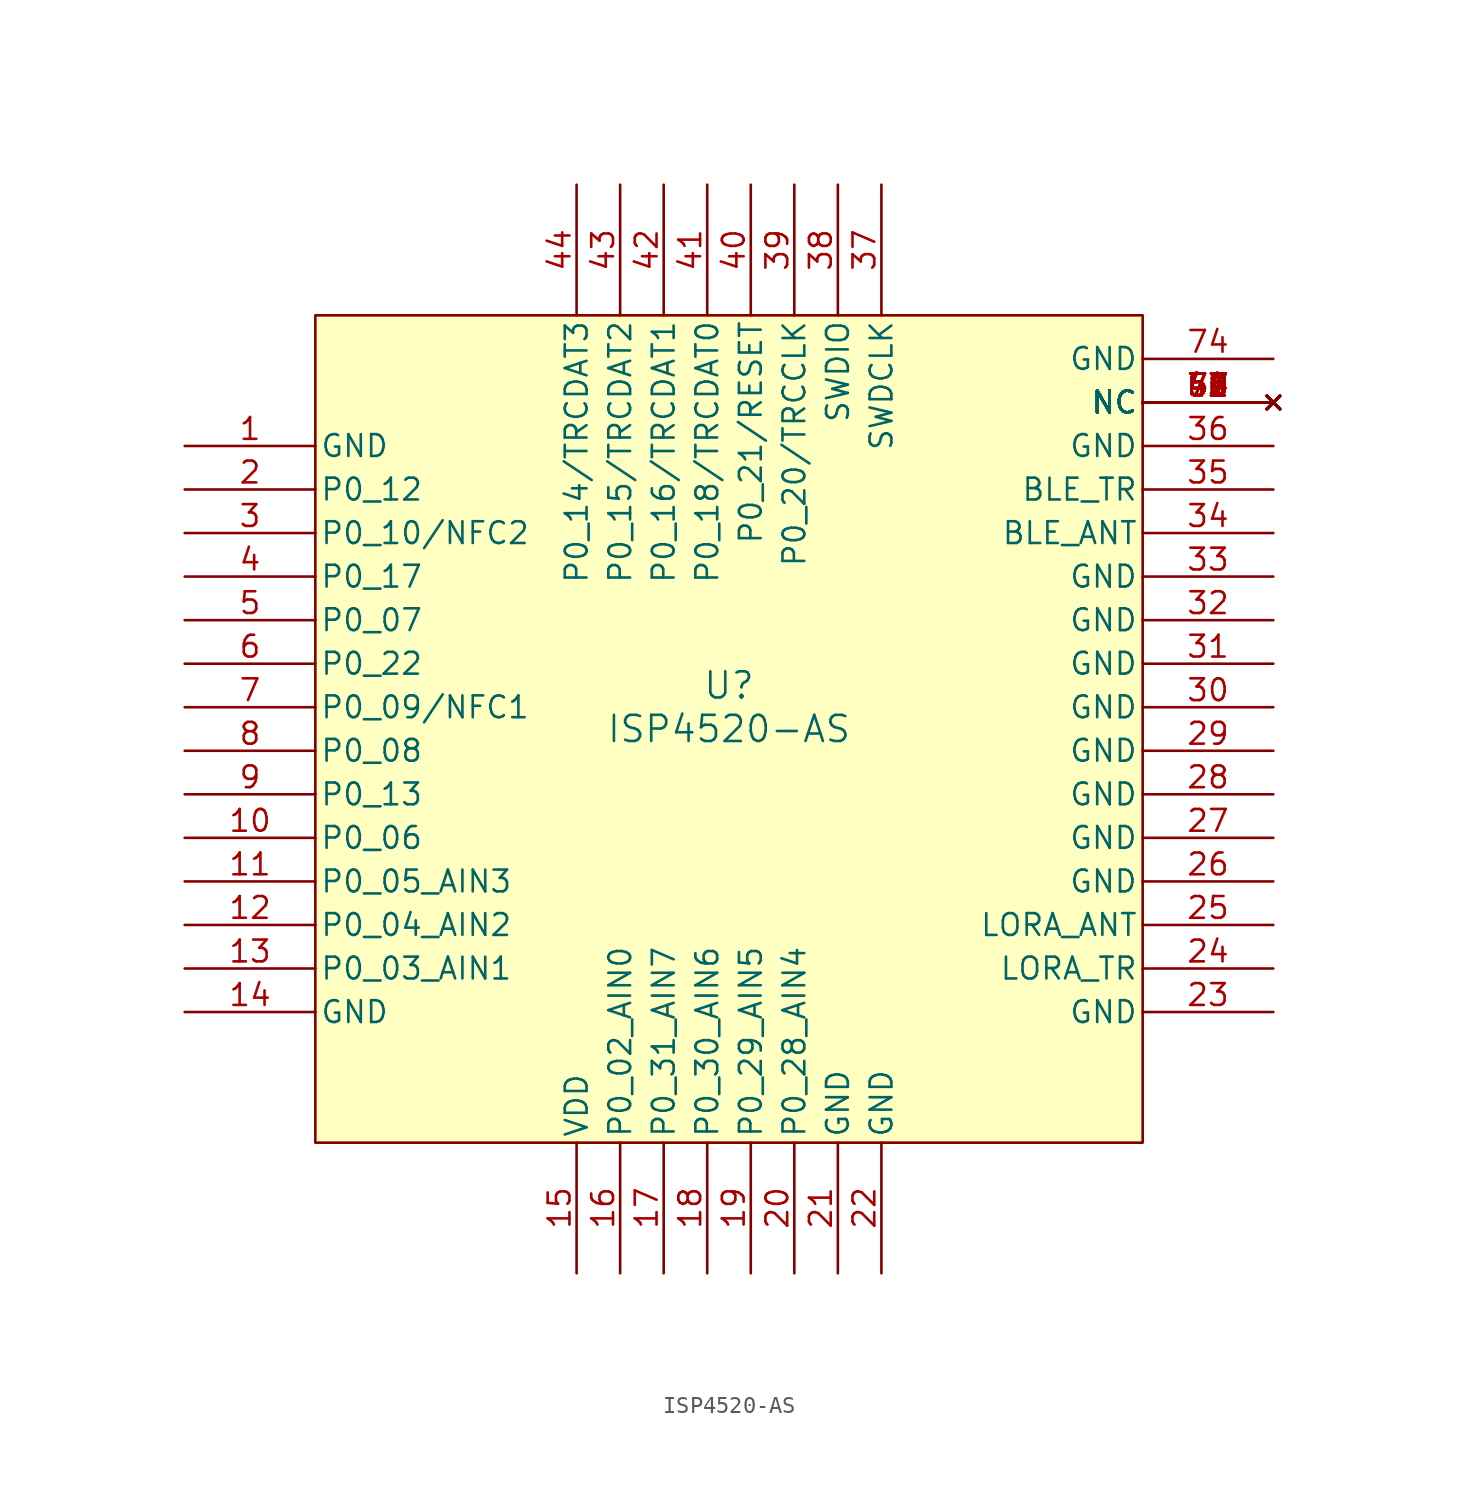
<source format=kicad_sym>
(kicad_symbol_lib
  (version 20211014)
  (generator kicad_symbol_editor)
  (symbol "ISP4520-AS"
    (pin_names
      (offset 0.254))
    (property "Reference" "U"
      (at 0 2.54 0)
      (effects (font (size 1.524 1.524))))
    (property "Value" "ISP4520-AS"
      (at 0 0 0)
      (effects (font (size 1.524 1.524))))
    (symbol "ISP4520-AS_0_1"
      (rectangle (start -24.13 24.13) (end 24.13 -24.13) (stroke (width 0) (type default) (color 0 0 0 0)) (fill (type background)))
      (pin power_out line (at -31.75 16.51 0) (length 7.62) (name "GND" (effects (font (size 1.27 1.27)))) (number "1" (effects (font (size 1.27 1.27)))))
      (pin bidirectional line (at -31.75 -6.35 0) (length 7.62) (name "P0_06" (effects (font (size 1.27 1.27)))) (number "10" (effects (font (size 1.27 1.27)))))
      (pin input line (at -31.75 -8.89 0) (length 7.62) (name "P0_05_AIN3" (effects (font (size 1.27 1.27)))) (number "11" (effects (font (size 1.27 1.27)))))
      (pin input line (at -31.75 -11.43 0) (length 7.62) (name "P0_04_AIN2" (effects (font (size 1.27 1.27)))) (number "12" (effects (font (size 1.27 1.27)))))
      (pin input line (at -31.75 -13.97 0) (length 7.62) (name "P0_03_AIN1" (effects (font (size 1.27 1.27)))) (number "13" (effects (font (size 1.27 1.27)))))
      (pin power_out line (at -31.75 -16.51 0) (length 7.62) (name "GND" (effects (font (size 1.27 1.27)))) (number "14" (effects (font (size 1.27 1.27)))))
      (pin power_in line (at -8.89 -31.75 90) (length 7.62) (name "VDD" (effects (font (size 1.27 1.27)))) (number "15" (effects (font (size 1.27 1.27)))))
      (pin bidirectional line (at -6.35 -31.75 90) (length 7.62) (name "P0_02_AIN0" (effects (font (size 1.27 1.27)))) (number "16" (effects (font (size 1.27 1.27)))))
      (pin input line (at -3.81 -31.75 90) (length 7.62) (name "P0_31_AIN7" (effects (font (size 1.27 1.27)))) (number "17" (effects (font (size 1.27 1.27)))))
      (pin input line (at -1.27 -31.75 90) (length 7.62) (name "P0_30_AIN6" (effects (font (size 1.27 1.27)))) (number "18" (effects (font (size 1.27 1.27)))))
      (pin input line (at 1.27 -31.75 90) (length 7.62) (name "P0_29_AIN5" (effects (font (size 1.27 1.27)))) (number "19" (effects (font (size 1.27 1.27)))))
      (pin bidirectional line (at -31.75 13.97 0) (length 7.62) (name "P0_12" (effects (font (size 1.27 1.27)))) (number "2" (effects (font (size 1.27 1.27)))))
      (pin input line (at 3.81 -31.75 90) (length 7.62) (name "P0_28_AIN4" (effects (font (size 1.27 1.27)))) (number "20" (effects (font (size 1.27 1.27)))))
      (pin power_out line (at 6.35 -31.75 90) (length 7.62) (name "GND" (effects (font (size 1.27 1.27)))) (number "21" (effects (font (size 1.27 1.27)))))
      (pin power_out line (at 8.89 -31.75 90) (length 7.62) (name "GND" (effects (font (size 1.27 1.27)))) (number "22" (effects (font (size 1.27 1.27)))))
      (pin power_out line (at 31.75 -16.51 180) (length 7.62) (name "GND" (effects (font (size 1.27 1.27)))) (number "23" (effects (font (size 1.27 1.27)))))
      (pin bidirectional line (at 31.75 -13.97 180) (length 7.62) (name "LORA_TR" (effects (font (size 1.27 1.27)))) (number "24" (effects (font (size 1.27 1.27)))))
      (pin bidirectional line (at 31.75 -11.43 180) (length 7.62) (name "LORA_ANT" (effects (font (size 1.27 1.27)))) (number "25" (effects (font (size 1.27 1.27)))))
      (pin power_out line (at 31.75 -8.89 180) (length 7.62) (name "GND" (effects (font (size 1.27 1.27)))) (number "26" (effects (font (size 1.27 1.27)))))
      (pin power_out line (at 31.75 -6.35 180) (length 7.62) (name "GND" (effects (font (size 1.27 1.27)))) (number "27" (effects (font (size 1.27 1.27)))))
      (pin power_out line (at 31.75 -3.81 180) (length 7.62) (name "GND" (effects (font (size 1.27 1.27)))) (number "28" (effects (font (size 1.27 1.27)))))
      (pin power_out line (at 31.75 -1.27 180) (length 7.62) (name "GND" (effects (font (size 1.27 1.27)))) (number "29" (effects (font (size 1.27 1.27)))))
      (pin bidirectional line (at -31.75 11.43 0) (length 7.62) (name "P0_10/NFC2" (effects (font (size 1.27 1.27)))) (number "3" (effects (font (size 1.27 1.27)))))
      (pin power_out line (at 31.75 1.27 180) (length 7.62) (name "GND" (effects (font (size 1.27 1.27)))) (number "30" (effects (font (size 1.27 1.27)))))
      (pin power_out line (at 31.75 3.81 180) (length 7.62) (name "GND" (effects (font (size 1.27 1.27)))) (number "31" (effects (font (size 1.27 1.27)))))
      (pin power_out line (at 31.75 6.35 180) (length 7.62) (name "GND" (effects (font (size 1.27 1.27)))) (number "32" (effects (font (size 1.27 1.27)))))
      (pin power_out line (at 31.75 8.89 180) (length 7.62) (name "GND" (effects (font (size 1.27 1.27)))) (number "33" (effects (font (size 1.27 1.27)))))
      (pin bidirectional line (at 31.75 11.43 180) (length 7.62) (name "BLE_ANT" (effects (font (size 1.27 1.27)))) (number "34" (effects (font (size 1.27 1.27)))))
      (pin bidirectional line (at 31.75 13.97 180) (length 7.62) (name "BLE_TR" (effects (font (size 1.27 1.27)))) (number "35" (effects (font (size 1.27 1.27)))))
      (pin power_out line (at 31.75 16.51 180) (length 7.62) (name "GND" (effects (font (size 1.27 1.27)))) (number "36" (effects (font (size 1.27 1.27)))))
      (pin bidirectional line (at 8.89 31.75 270) (length 7.62) (name "SWDCLK" (effects (font (size 1.27 1.27)))) (number "37" (effects (font (size 1.27 1.27)))))
      (pin bidirectional line (at 6.35 31.75 270) (length 7.62) (name "SWDIO" (effects (font (size 1.27 1.27)))) (number "38" (effects (font (size 1.27 1.27)))))
      (pin bidirectional line (at 3.81 31.75 270) (length 7.62) (name "P0_20/TRCCLK" (effects (font (size 1.27 1.27)))) (number "39" (effects (font (size 1.27 1.27)))))
      (pin bidirectional line (at -31.75 8.89 0) (length 7.62) (name "P0_17" (effects (font (size 1.27 1.27)))) (number "4" (effects (font (size 1.27 1.27)))))
      (pin bidirectional line (at 1.27 31.75 270) (length 7.62) (name "P0_21/RESET" (effects (font (size 1.27 1.27)))) (number "40" (effects (font (size 1.27 1.27)))))
      (pin bidirectional line (at -1.27 31.75 270) (length 7.62) (name "P0_18/TRCDAT0" (effects (font (size 1.27 1.27)))) (number "41" (effects (font (size 1.27 1.27)))))
      (pin bidirectional line (at -3.81 31.75 270) (length 7.62) (name "P0_16/TRCDAT1" (effects (font (size 1.27 1.27)))) (number "42" (effects (font (size 1.27 1.27)))))
      (pin bidirectional line (at -6.35 31.75 270) (length 7.62) (name "P0_15/TRCDAT2" (effects (font (size 1.27 1.27)))) (number "43" (effects (font (size 1.27 1.27)))))
      (pin bidirectional line (at -8.89 31.75 270) (length 7.62) (name "P0_14/TRCDAT3" (effects (font (size 1.27 1.27)))) (number "44" (effects (font (size 1.27 1.27)))))
      (pin no_connect line (at 31.75 19.05 180) (length 7.62) (name "NC" (effects (font (size 1.27 1.27)))) (number "45" (effects (font (size 1.27 1.27)))))
      (pin no_connect line (at 31.75 19.05 180) (length 7.62) (name "NC" (effects (font (size 1.27 1.27)))) (number "46" (effects (font (size 1.27 1.27)))))
      (pin no_connect line (at 31.75 19.05 180) (length 7.62) (name "NC" (effects (font (size 1.27 1.27)))) (number "47" (effects (font (size 1.27 1.27)))))
      (pin no_connect line (at 31.75 19.05 180) (length 7.62) (name "NC" (effects (font (size 1.27 1.27)))) (number "48" (effects (font (size 1.27 1.27)))))
      (pin no_connect line (at 31.75 19.05 180) (length 7.62) (name "NC" (effects (font (size 1.27 1.27)))) (number "49" (effects (font (size 1.27 1.27)))))
      (pin bidirectional line (at -31.75 6.35 0) (length 7.62) (name "P0_07" (effects (font (size 1.27 1.27)))) (number "5" (effects (font (size 1.27 1.27)))))
      (pin no_connect line (at 31.75 19.05 180) (length 7.62) (name "NC" (effects (font (size 1.27 1.27)))) (number "50" (effects (font (size 1.27 1.27)))))
      (pin no_connect line (at 31.75 19.05 180) (length 7.62) (name "NC" (effects (font (size 1.27 1.27)))) (number "51" (effects (font (size 1.27 1.27)))))
      (pin no_connect line (at 31.75 19.05 180) (length 7.62) (name "NC" (effects (font (size 1.27 1.27)))) (number "52" (effects (font (size 1.27 1.27)))))
      (pin no_connect line (at 31.75 19.05 180) (length 7.62) (name "NC" (effects (font (size 1.27 1.27)))) (number "53" (effects (font (size 1.27 1.27)))))
      (pin no_connect line (at 31.75 19.05 180) (length 7.62) (name "NC" (effects (font (size 1.27 1.27)))) (number "54" (effects (font (size 1.27 1.27)))))
      (pin no_connect line (at 31.75 19.05 180) (length 7.62) (name "NC" (effects (font (size 1.27 1.27)))) (number "55" (effects (font (size 1.27 1.27)))))
      (pin no_connect line (at 31.75 19.05 180) (length 7.62) (name "NC" (effects (font (size 1.27 1.27)))) (number "56" (effects (font (size 1.27 1.27)))))
      (pin no_connect line (at 31.75 19.05 180) (length 7.62) (name "NC" (effects (font (size 1.27 1.27)))) (number "57" (effects (font (size 1.27 1.27)))))
      (pin no_connect line (at 31.75 19.05 180) (length 7.62) (name "NC" (effects (font (size 1.27 1.27)))) (number "58" (effects (font (size 1.27 1.27)))))
      (pin no_connect line (at 31.75 19.05 180) (length 7.62) (name "NC" (effects (font (size 1.27 1.27)))) (number "59" (effects (font (size 1.27 1.27)))))
      (pin bidirectional line (at -31.75 3.81 0) (length 7.62) (name "P0_22" (effects (font (size 1.27 1.27)))) (number "6" (effects (font (size 1.27 1.27)))))
      (pin no_connect line (at 31.75 19.05 180) (length 7.62) (name "NC" (effects (font (size 1.27 1.27)))) (number "60" (effects (font (size 1.27 1.27)))))
      (pin no_connect line (at 31.75 19.05 180) (length 7.62) (name "NC" (effects (font (size 1.27 1.27)))) (number "61" (effects (font (size 1.27 1.27)))))
      (pin no_connect line (at 31.75 19.05 180) (length 7.62) (name "NC" (effects (font (size 1.27 1.27)))) (number "62" (effects (font (size 1.27 1.27)))))
      (pin no_connect line (at 31.75 19.05 180) (length 7.62) (name "NC" (effects (font (size 1.27 1.27)))) (number "63" (effects (font (size 1.27 1.27)))))
      (pin no_connect line (at 31.75 19.05 180) (length 7.62) (name "NC" (effects (font (size 1.27 1.27)))) (number "64" (effects (font (size 1.27 1.27)))))
      (pin no_connect line (at 31.75 19.05 180) (length 7.62) (name "NC" (effects (font (size 1.27 1.27)))) (number "65" (effects (font (size 1.27 1.27)))))
      (pin no_connect line (at 31.75 19.05 180) (length 7.62) (name "NC" (effects (font (size 1.27 1.27)))) (number "66" (effects (font (size 1.27 1.27)))))
      (pin no_connect line (at 31.75 19.05 180) (length 7.62) (name "NC" (effects (font (size 1.27 1.27)))) (number "67" (effects (font (size 1.27 1.27)))))
      (pin no_connect line (at 31.75 19.05 180) (length 7.62) (name "NC" (effects (font (size 1.27 1.27)))) (number "68" (effects (font (size 1.27 1.27)))))
      (pin no_connect line (at 31.75 19.05 180) (length 7.62) (name "NC" (effects (font (size 1.27 1.27)))) (number "69" (effects (font (size 1.27 1.27)))))
      (pin bidirectional line (at -31.75 1.27 0) (length 7.62) (name "P0_09/NFC1" (effects (font (size 1.27 1.27)))) (number "7" (effects (font (size 1.27 1.27)))))
      (pin no_connect line (at 31.75 19.05 180) (length 7.62) (name "NC" (effects (font (size 1.27 1.27)))) (number "70" (effects (font (size 1.27 1.27)))))
      (pin no_connect line (at 31.75 19.05 180) (length 7.62) (name "NC" (effects (font (size 1.27 1.27)))) (number "71" (effects (font (size 1.27 1.27)))))
      (pin no_connect line (at 31.75 19.05 180) (length 7.62) (name "NC" (effects (font (size 1.27 1.27)))) (number "72" (effects (font (size 1.27 1.27)))))
      (pin no_connect line (at 31.75 19.05 180) (length 7.62) (name "NC" (effects (font (size 1.27 1.27)))) (number "73" (effects (font (size 1.27 1.27)))))
      (pin power_out line (at 31.75 21.59 180) (length 7.62) (name "GND" (effects (font (size 1.27 1.27)))) (number "74" (effects (font (size 1.27 1.27)))))
      (pin bidirectional line (at -31.75 -1.27 0) (length 7.62) (name "P0_08" (effects (font (size 1.27 1.27)))) (number "8" (effects (font (size 1.27 1.27)))))
      (pin bidirectional line (at -31.75 -3.81 0) (length 7.62) (name "P0_13" (effects (font (size 1.27 1.27)))) (number "9" (effects (font (size 1.27 1.27))))))))
</source>
